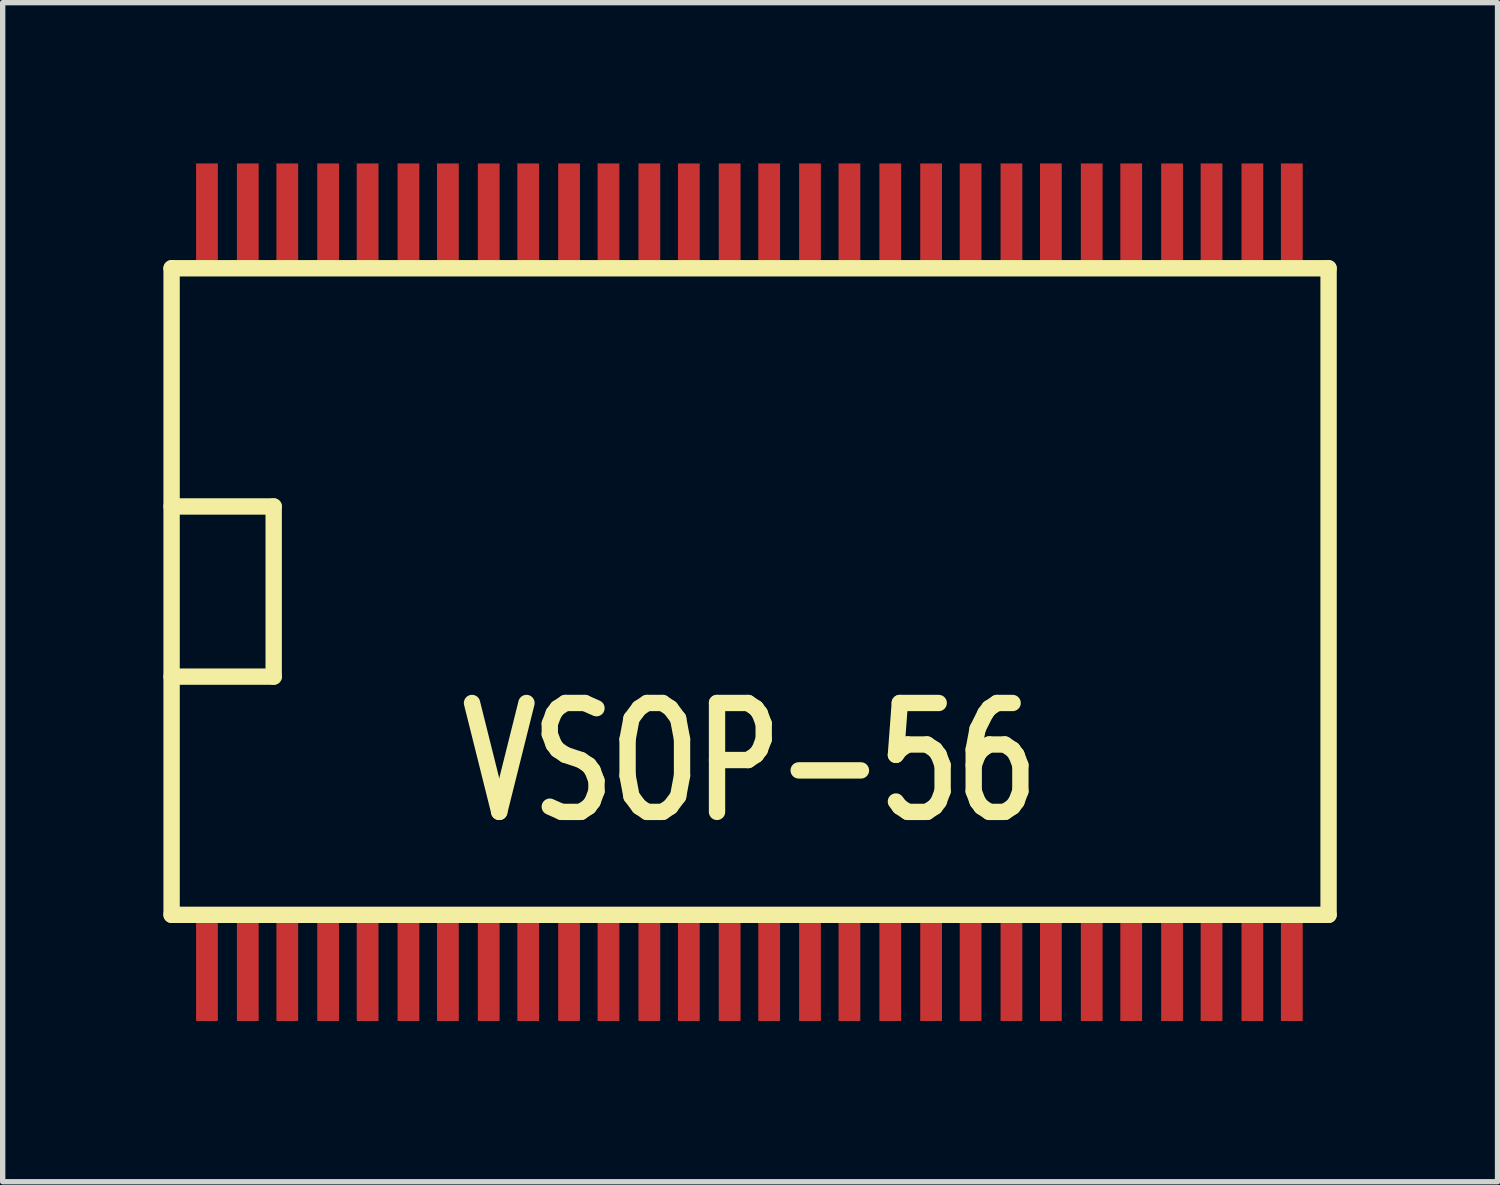
<source format=kicad_pcb>
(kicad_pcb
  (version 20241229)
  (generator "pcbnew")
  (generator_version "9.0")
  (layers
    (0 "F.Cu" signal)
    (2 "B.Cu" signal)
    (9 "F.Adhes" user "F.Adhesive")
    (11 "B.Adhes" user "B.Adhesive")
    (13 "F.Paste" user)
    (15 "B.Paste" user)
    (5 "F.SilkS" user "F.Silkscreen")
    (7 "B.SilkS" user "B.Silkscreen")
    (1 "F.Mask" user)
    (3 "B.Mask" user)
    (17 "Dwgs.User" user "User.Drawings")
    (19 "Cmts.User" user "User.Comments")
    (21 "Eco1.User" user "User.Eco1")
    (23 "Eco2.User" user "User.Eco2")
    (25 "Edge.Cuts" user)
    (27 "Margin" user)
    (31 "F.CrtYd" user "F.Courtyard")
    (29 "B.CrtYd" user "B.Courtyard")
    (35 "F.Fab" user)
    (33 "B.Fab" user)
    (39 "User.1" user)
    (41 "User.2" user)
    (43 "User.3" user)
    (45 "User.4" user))
  (footprint "VSOP-56"
    (layer "F.Cu")
    (at 10.947 8.001)
    (property "Reference" "VSOP-56" (at 0 3.175 0) (layer "F.SilkS") (effects (font (size 2.032 1.524) (thickness 0.305))))
    (attr smd)
    (fp_line (start -10.795 -6.045) (end 10.795 -6.045) (stroke (width 0.305) (type solid)) (layer "F.SilkS"))
    (fp_line (start -10.795 -1.6) (end -8.89 -1.6) (stroke (width 0.305) (type solid)) (layer "F.SilkS"))
    (fp_line (start -10.795 6.02) (end -10.795 -6.045) (stroke (width 0.305) (type solid)) (layer "F.SilkS"))
    (fp_line (start -8.89 -1.6) (end -8.89 1.575) (stroke (width 0.305) (type solid)) (layer "F.SilkS"))
    (fp_line (start -8.89 1.575) (end -10.795 1.575) (stroke (width 0.305) (type solid)) (layer "F.SilkS"))
    (fp_line (start 10.795 -6.045) (end 10.795 6.02) (stroke (width 0.305) (type solid)) (layer "F.SilkS"))
    (fp_line (start 10.795 6.02) (end -10.795 6.02) (stroke (width 0.305) (type solid)) (layer "F.SilkS"))
    (pad "1" smd rect (at -10.135 6.985) (size 0.406 2.032) (layers "F.Cu" "F.Mask" "F.Paste"))
    (pad "2" smd rect (at -9.373 6.985) (size 0.406 2.032) (layers "F.Cu" "F.Mask" "F.Paste"))
    (pad "3" smd rect (at -8.636 6.985) (size 0.406 2.032) (layers "F.Cu" "F.Mask" "F.Paste"))
    (pad "4" smd rect (at -7.874 6.985) (size 0.406 2.032) (layers "F.Cu" "F.Mask" "F.Paste"))
    (pad "5" smd rect (at -7.137 6.985) (size 0.406 2.032) (layers "F.Cu" "F.Mask" "F.Paste"))
    (pad "6" smd rect (at -6.375 6.985) (size 0.406 2.032) (layers "F.Cu" "F.Mask" "F.Paste"))
    (pad "7" smd rect (at -5.639 6.985) (size 0.406 2.032) (layers "F.Cu" "F.Mask" "F.Paste"))
    (pad "8" smd rect (at -4.877 6.985) (size 0.406 2.032) (layers "F.Cu" "F.Mask" "F.Paste"))
    (pad "9" smd rect (at -4.14 6.985) (size 0.406 2.032) (layers "F.Cu" "F.Mask" "F.Paste"))
    (pad "10" smd rect (at -3.378 6.985) (size 0.406 2.032) (layers "F.Cu" "F.Mask" "F.Paste"))
    (pad "11" smd rect (at -2.642 6.985) (size 0.406 2.032) (layers "F.Cu" "F.Mask" "F.Paste"))
    (pad "12" smd rect (at -1.88 6.985) (size 0.406 2.032) (layers "F.Cu" "F.Mask" "F.Paste"))
    (pad "13" smd rect (at -1.143 6.985) (size 0.406 2.032) (layers "F.Cu" "F.Mask" "F.Paste"))
    (pad "14" smd rect (at -0.381 6.985) (size 0.406 2.032) (layers "F.Cu" "F.Mask" "F.Paste"))
    (pad "15" smd rect (at 0.356 6.985) (size 0.406 2.032) (layers "F.Cu" "F.Mask" "F.Paste"))
    (pad "16" smd rect (at 1.118 6.985) (size 0.406 2.032) (layers "F.Cu" "F.Mask" "F.Paste"))
    (pad "17" smd rect (at 1.854 6.985) (size 0.406 2.032) (layers "F.Cu" "F.Mask" "F.Paste"))
    (pad "18" smd rect (at 2.616 6.985) (size 0.406 2.032) (layers "F.Cu" "F.Mask" "F.Paste"))
    (pad "19" smd rect (at 3.378 6.985) (size 0.406 2.032) (layers "F.Cu" "F.Mask" "F.Paste"))
    (pad "20" smd rect (at 4.115 6.985) (size 0.406 2.032) (layers "F.Cu" "F.Mask" "F.Paste"))
    (pad "21" smd rect (at 4.877 6.985) (size 0.406 2.032) (layers "F.Cu" "F.Mask" "F.Paste"))
    (pad "22" smd rect (at 5.613 6.985) (size 0.406 2.032) (layers "F.Cu" "F.Mask" "F.Paste"))
    (pad "23" smd rect (at 6.375 6.985) (size 0.406 2.032) (layers "F.Cu" "F.Mask" "F.Paste"))
    (pad "24" smd rect (at 7.112 6.985) (size 0.406 2.032) (layers "F.Cu" "F.Mask" "F.Paste"))
    (pad "25" smd rect (at 7.874 6.985) (size 0.406 2.032) (layers "F.Cu" "F.Mask" "F.Paste"))
    (pad "26" smd rect (at 8.611 6.985) (size 0.406 2.032) (layers "F.Cu" "F.Mask" "F.Paste"))
    (pad "27" smd rect (at 9.373 6.985) (size 0.406 2.032) (layers "F.Cu" "F.Mask" "F.Paste"))
    (pad "28" smd rect (at 10.109 6.985) (size 0.406 2.032) (layers "F.Cu" "F.Mask" "F.Paste"))
    (pad "29" smd rect (at 10.109 -6.985) (size 0.406 2.032) (layers "F.Cu" "F.Mask" "F.Paste"))
    (pad "30" smd rect (at 9.373 -6.985) (size 0.406 2.032) (layers "F.Cu" "F.Mask" "F.Paste"))
    (pad "31" smd rect (at 8.611 -6.985) (size 0.406 2.032) (layers "F.Cu" "F.Mask" "F.Paste"))
    (pad "32" smd rect (at 7.874 -6.985) (size 0.406 2.032) (layers "F.Cu" "F.Mask" "F.Paste"))
    (pad "33" smd rect (at 7.112 -6.985) (size 0.406 2.032) (layers "F.Cu" "F.Mask" "F.Paste"))
    (pad "34" smd rect (at 6.375 -6.985) (size 0.406 2.032) (layers "F.Cu" "F.Mask" "F.Paste"))
    (pad "35" smd rect (at 5.613 -6.985) (size 0.406 2.032) (layers "F.Cu" "F.Mask" "F.Paste"))
    (pad "36" smd rect (at 4.877 -6.985) (size 0.406 2.032) (layers "F.Cu" "F.Mask" "F.Paste"))
    (pad "37" smd rect (at 4.115 -6.985) (size 0.406 2.032) (layers "F.Cu" "F.Mask" "F.Paste"))
    (pad "38" smd rect (at 3.378 -6.985) (size 0.406 2.032) (layers "F.Cu" "F.Mask" "F.Paste"))
    (pad "39" smd rect (at 2.616 -6.985) (size 0.406 2.032) (layers "F.Cu" "F.Mask" "F.Paste"))
    (pad "40" smd rect (at 1.854 -6.985) (size 0.406 2.032) (layers "F.Cu" "F.Mask" "F.Paste"))
    (pad "41" smd rect (at 1.118 -6.985) (size 0.406 2.032) (layers "F.Cu" "F.Mask" "F.Paste"))
    (pad "42" smd rect (at 0.356 -6.985) (size 0.406 2.032) (layers "F.Cu" "F.Mask" "F.Paste"))
    (pad "43" smd rect (at -0.381 -6.985) (size 0.406 2.032) (layers "F.Cu" "F.Mask" "F.Paste"))
    (pad "44" smd rect (at -1.143 -6.985) (size 0.406 2.032) (layers "F.Cu" "F.Mask" "F.Paste"))
    (pad "45" smd rect (at -1.88 -6.985) (size 0.406 2.032) (layers "F.Cu" "F.Mask" "F.Paste"))
    (pad "46" smd rect (at -2.642 -6.985) (size 0.406 2.032) (layers "F.Cu" "F.Mask" "F.Paste"))
    (pad "47" smd rect (at -3.378 -6.985) (size 0.406 2.032) (layers "F.Cu" "F.Mask" "F.Paste"))
    (pad "48" smd rect (at -4.14 -6.985) (size 0.406 2.032) (layers "F.Cu" "F.Mask" "F.Paste"))
    (pad "49" smd rect (at -4.877 -6.985) (size 0.406 2.032) (layers "F.Cu" "F.Mask" "F.Paste"))
    (pad "50" smd rect (at -5.639 -6.985) (size 0.406 2.032) (layers "F.Cu" "F.Mask" "F.Paste"))
    (pad "51" smd rect (at -6.375 -6.985) (size 0.406 2.032) (layers "F.Cu" "F.Mask" "F.Paste"))
    (pad "52" smd rect (at -7.137 -6.985) (size 0.406 2.032) (layers "F.Cu" "F.Mask" "F.Paste"))
    (pad "53" smd rect (at -7.874 -6.985) (size 0.406 2.032) (layers "F.Cu" "F.Mask" "F.Paste"))
    (pad "54" smd rect (at -8.636 -6.985) (size 0.406 2.032) (layers "F.Cu" "F.Mask" "F.Paste"))
    (pad "55" smd rect (at -9.373 -6.985) (size 0.406 2.032) (layers "F.Cu" "F.Mask" "F.Paste"))
    (pad "56" smd rect (at -10.135 -6.985) (size 0.406 2.032) (layers "F.Cu" "F.Mask" "F.Paste")))
  (gr_rect
    (start -3 -3)
    (end 24.895 19.002)
    (stroke (width 0.1) (type default))
    (fill no)
    (layer "Edge.Cuts")))
</source>
